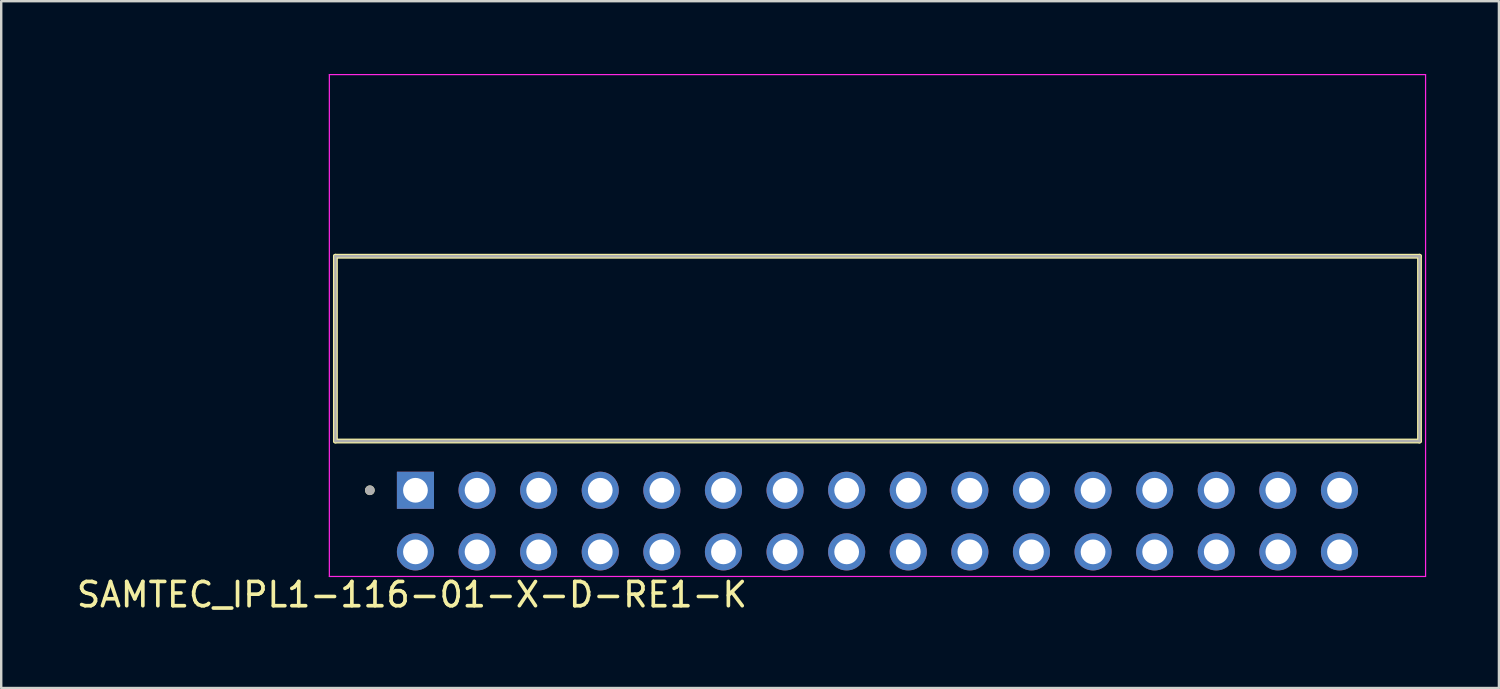
<source format=kicad_pcb>
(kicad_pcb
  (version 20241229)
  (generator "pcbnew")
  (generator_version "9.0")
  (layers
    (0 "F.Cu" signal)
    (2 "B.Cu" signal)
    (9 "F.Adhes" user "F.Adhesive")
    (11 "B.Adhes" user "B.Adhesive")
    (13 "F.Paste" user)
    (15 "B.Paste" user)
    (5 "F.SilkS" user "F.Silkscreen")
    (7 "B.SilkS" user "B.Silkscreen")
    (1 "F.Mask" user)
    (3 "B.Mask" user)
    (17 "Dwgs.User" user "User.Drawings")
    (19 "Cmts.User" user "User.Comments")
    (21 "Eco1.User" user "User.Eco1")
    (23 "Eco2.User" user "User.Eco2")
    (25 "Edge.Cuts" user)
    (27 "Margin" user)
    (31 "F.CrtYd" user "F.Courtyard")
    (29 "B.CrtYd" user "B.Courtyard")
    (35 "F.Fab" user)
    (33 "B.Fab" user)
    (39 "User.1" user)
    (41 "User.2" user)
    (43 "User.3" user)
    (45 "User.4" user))
  (footprint "SAMTEC_IPL1-116-01-X-D-RE1-K"
    (layer "F.Cu")
    (at 33.13 18.435)
    (property "Reference" "SAMTEC_IPL1-116-01-X-D-RE1-K" (at -19.195 3.035 0) (layer "F.SilkS") (effects (font (size 1 1) (thickness 0.15))))
    (attr through_hole)
    (fp_line (start -22.35 -10.92) (end -22.35 -3.3) (stroke (width 0.2) (type solid)) (layer "F.SilkS"))
    (fp_line (start -22.35 -3.3) (end 22.35 -3.3) (stroke (width 0.2) (type solid)) (layer "F.SilkS"))
    (fp_line (start 22.35 -10.92) (end -22.35 -10.92) (stroke (width 0.2) (type solid)) (layer "F.SilkS"))
    (fp_line (start 22.35 -3.3) (end 22.35 -10.92) (stroke (width 0.2) (type solid)) (layer "F.SilkS"))
    (fp_circle (center -20.93 -1.27) (end -20.83 -1.27) (stroke (width 0.2) (type solid)) (fill no) (layer "F.SilkS"))
    (fp_line (start -22.6 -18.41) (end 22.6 -18.41) (stroke (width 0.05) (type solid)) (layer "F.CrtYd"))
    (fp_line (start -22.6 2.285) (end -22.6 -18.41) (stroke (width 0.05) (type solid)) (layer "F.CrtYd"))
    (fp_line (start 22.6 -18.41) (end 22.6 2.285) (stroke (width 0.05) (type solid)) (layer "F.CrtYd"))
    (fp_line (start 22.6 2.285) (end -22.6 2.285) (stroke (width 0.05) (type solid)) (layer "F.CrtYd"))
    (fp_line (start -22.35 -10.92) (end -22.35 -3.3) (stroke (width 0.1) (type solid)) (layer "F.Fab"))
    (fp_line (start -22.35 -3.3) (end 22.35 -3.3) (stroke (width 0.1) (type solid)) (layer "F.Fab"))
    (fp_line (start 22.35 -10.92) (end -22.35 -10.92) (stroke (width 0.1) (type solid)) (layer "F.Fab"))
    (fp_line (start 22.35 -3.3) (end 22.35 -10.92) (stroke (width 0.1) (type solid)) (layer "F.Fab"))
    (fp_circle (center -20.93 -1.27) (end -20.83 -1.27) (stroke (width 0.2) (type solid)) (fill no) (layer "F.Fab"))
    (pad "01" thru_hole rect (at -19.05 -1.27) (size 1.53 1.53) (drill 1.02) (layers "*.Cu" "*.Mask"))
    (pad "02" thru_hole circle (at -16.51 -1.27) (size 1.53 1.53) (drill 1.02) (layers "*.Cu" "*.Mask"))
    (pad "03" thru_hole circle (at -13.97 -1.27) (size 1.53 1.53) (drill 1.02) (layers "*.Cu" "*.Mask"))
    (pad "04" thru_hole circle (at -11.43 -1.27) (size 1.53 1.53) (drill 1.02) (layers "*.Cu" "*.Mask"))
    (pad "05" thru_hole circle (at -8.89 -1.27) (size 1.53 1.53) (drill 1.02) (layers "*.Cu" "*.Mask"))
    (pad "06" thru_hole circle (at -6.35 -1.27) (size 1.53 1.53) (drill 1.02) (layers "*.Cu" "*.Mask"))
    (pad "07" thru_hole circle (at -3.81 -1.27) (size 1.53 1.53) (drill 1.02) (layers "*.Cu" "*.Mask"))
    (pad "08" thru_hole circle (at -1.27 -1.27) (size 1.53 1.53) (drill 1.02) (layers "*.Cu" "*.Mask"))
    (pad "09" thru_hole circle (at 1.27 -1.27) (size 1.53 1.53) (drill 1.02) (layers "*.Cu" "*.Mask"))
    (pad "10" thru_hole circle (at 3.81 -1.27) (size 1.53 1.53) (drill 1.02) (layers "*.Cu" "*.Mask"))
    (pad "11" thru_hole circle (at 6.35 -1.27) (size 1.53 1.53) (drill 1.02) (layers "*.Cu" "*.Mask"))
    (pad "12" thru_hole circle (at 8.89 -1.27) (size 1.53 1.53) (drill 1.02) (layers "*.Cu" "*.Mask"))
    (pad "13" thru_hole circle (at 11.43 -1.27) (size 1.53 1.53) (drill 1.02) (layers "*.Cu" "*.Mask"))
    (pad "14" thru_hole circle (at 13.97 -1.27) (size 1.53 1.53) (drill 1.02) (layers "*.Cu" "*.Mask"))
    (pad "15" thru_hole circle (at 16.51 -1.27) (size 1.53 1.53) (drill 1.02) (layers "*.Cu" "*.Mask"))
    (pad "16" thru_hole circle (at 19.05 -1.27) (size 1.53 1.53) (drill 1.02) (layers "*.Cu" "*.Mask"))
    (pad "17" thru_hole circle (at -19.05 1.27) (size 1.53 1.53) (drill 1.02) (layers "*.Cu" "*.Mask"))
    (pad "18" thru_hole circle (at -16.51 1.27) (size 1.53 1.53) (drill 1.02) (layers "*.Cu" "*.Mask"))
    (pad "19" thru_hole circle (at -13.97 1.27) (size 1.53 1.53) (drill 1.02) (layers "*.Cu" "*.Mask"))
    (pad "20" thru_hole circle (at -11.43 1.27) (size 1.53 1.53) (drill 1.02) (layers "*.Cu" "*.Mask"))
    (pad "21" thru_hole circle (at -8.89 1.27) (size 1.53 1.53) (drill 1.02) (layers "*.Cu" "*.Mask"))
    (pad "22" thru_hole circle (at -6.35 1.27) (size 1.53 1.53) (drill 1.02) (layers "*.Cu" "*.Mask"))
    (pad "23" thru_hole circle (at -3.81 1.27) (size 1.53 1.53) (drill 1.02) (layers "*.Cu" "*.Mask"))
    (pad "24" thru_hole circle (at -1.27 1.27) (size 1.53 1.53) (drill 1.02) (layers "*.Cu" "*.Mask"))
    (pad "25" thru_hole circle (at 1.27 1.27) (size 1.53 1.53) (drill 1.02) (layers "*.Cu" "*.Mask"))
    (pad "26" thru_hole circle (at 3.81 1.27) (size 1.53 1.53) (drill 1.02) (layers "*.Cu" "*.Mask"))
    (pad "27" thru_hole circle (at 6.35 1.27) (size 1.53 1.53) (drill 1.02) (layers "*.Cu" "*.Mask"))
    (pad "28" thru_hole circle (at 8.89 1.27) (size 1.53 1.53) (drill 1.02) (layers "*.Cu" "*.Mask"))
    (pad "29" thru_hole circle (at 11.43 1.27) (size 1.53 1.53) (drill 1.02) (layers "*.Cu" "*.Mask"))
    (pad "30" thru_hole circle (at 13.97 1.27) (size 1.53 1.53) (drill 1.02) (layers "*.Cu" "*.Mask"))
    (pad "31" thru_hole circle (at 16.51 1.27) (size 1.53 1.53) (drill 1.02) (layers "*.Cu" "*.Mask"))
    (pad "32" thru_hole circle (at 19.05 1.27) (size 1.53 1.53) (drill 1.02) (layers "*.Cu" "*.Mask")))
  (gr_rect
    (start -3 -3)
    (end 58.755 25.318)
    (stroke (width 0.1) (type default))
    (fill no)
    (layer "Edge.Cuts")))
</source>
